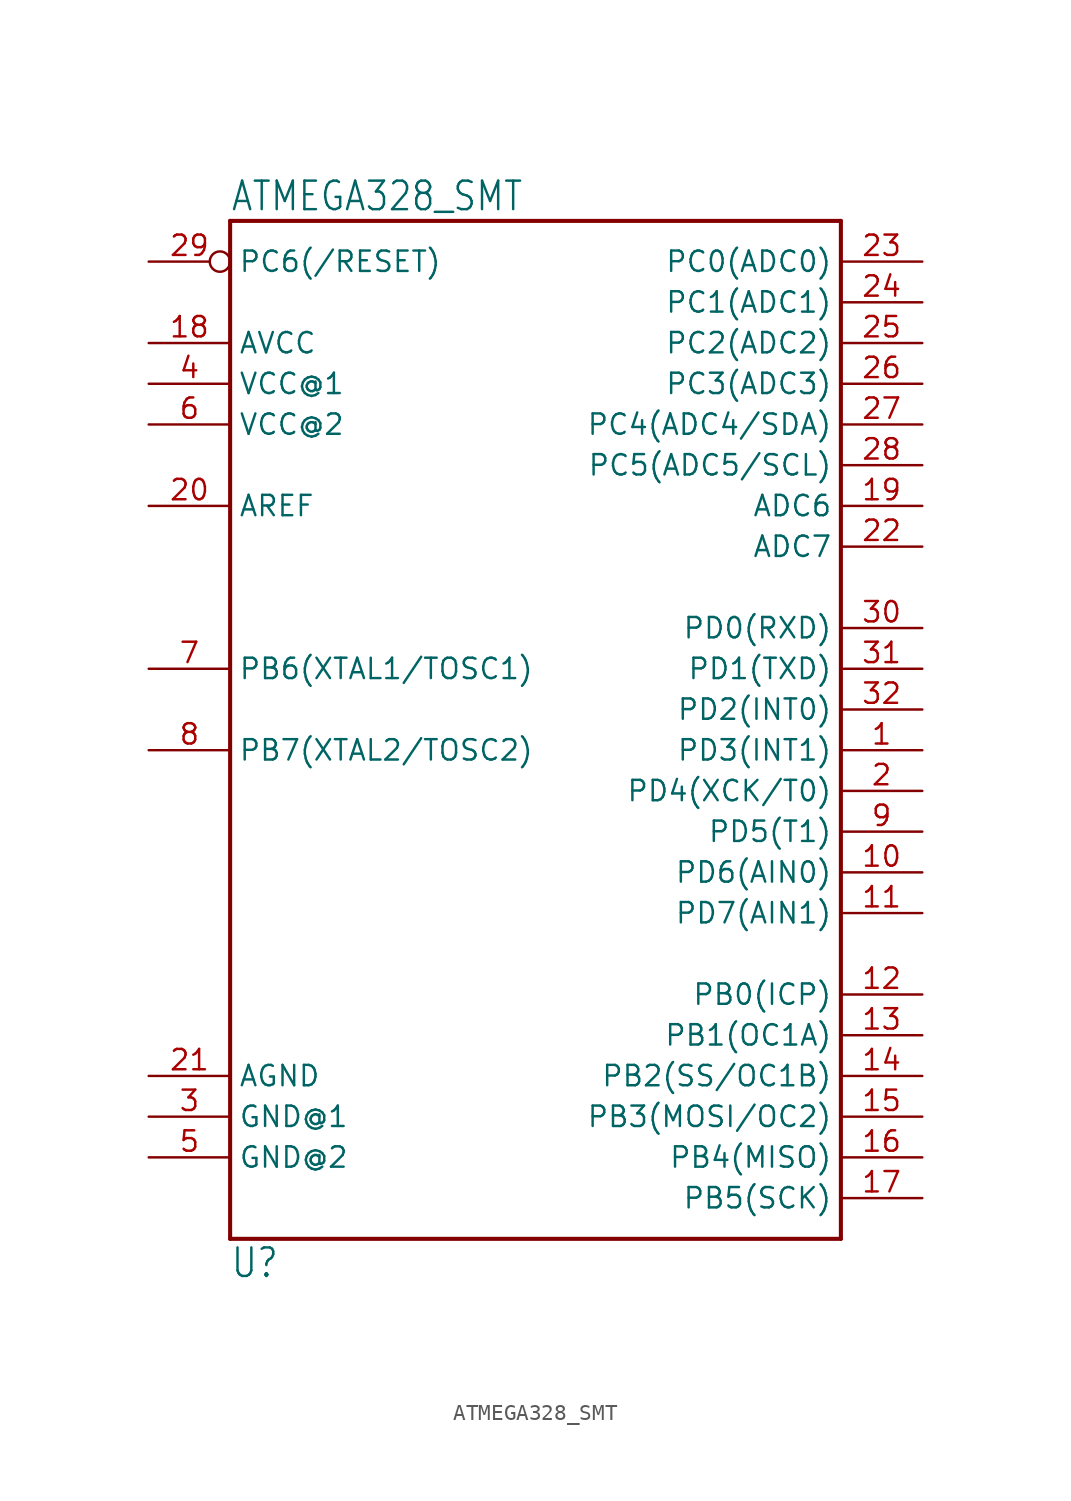
<source format=kicad_sym>
(kicad_symbol_lib
  (version 20211014)
  (generator kicad_symbol_editor)
  (symbol "ATMEGA328_SMT"
    (property "Reference" "U"
      (at -17.78 -38.1 0)
      (effects (font (size 1.778 1.511)) (justify left bottom)))
    (property "Value" "ATMEGA328_SMT"
      (at -17.78 28.448 0)
      (effects (font (size 1.778 1.511)) (justify left bottom)))
    (property "ki_locked" ""
      (at 0 0 0)
      (effects (font (size 1.27 1.27))))
    (symbol "ATMEGA328_SMT_1_0"
      (polyline (pts (xy -17.78 -35.56) (xy -17.78 27.94)) (stroke (width 0.254) (type default) (color 0 0 0 0)) (fill (type none)))
      (polyline (pts (xy -17.78 27.94) (xy 20.32 27.94)) (stroke (width 0.254) (type default) (color 0 0 0 0)) (fill (type none)))
      (polyline (pts (xy 20.32 -35.56) (xy -17.78 -35.56)) (stroke (width 0.254) (type default) (color 0 0 0 0)) (fill (type none)))
      (polyline (pts (xy 20.32 27.94) (xy 20.32 -35.56)) (stroke (width 0.254) (type default) (color 0 0 0 0)) (fill (type none)))
      (pin bidirectional line (at 25.4 -5.08 180) (length 5.08) (name "PD3(INT1)" (effects (font (size 1.27 1.27)))) (number "1" (effects (font (size 1.27 1.27)))))
      (pin bidirectional line (at 25.4 -12.7 180) (length 5.08) (name "PD6(AIN0)" (effects (font (size 1.27 1.27)))) (number "10" (effects (font (size 1.27 1.27)))))
      (pin bidirectional line (at 25.4 -15.24 180) (length 5.08) (name "PD7(AIN1)" (effects (font (size 1.27 1.27)))) (number "11" (effects (font (size 1.27 1.27)))))
      (pin bidirectional line (at 25.4 -20.32 180) (length 5.08) (name "PB0(ICP)" (effects (font (size 1.27 1.27)))) (number "12" (effects (font (size 1.27 1.27)))))
      (pin bidirectional line (at 25.4 -22.86 180) (length 5.08) (name "PB1(OC1A)" (effects (font (size 1.27 1.27)))) (number "13" (effects (font (size 1.27 1.27)))))
      (pin bidirectional line (at 25.4 -25.4 180) (length 5.08) (name "PB2(SS/OC1B)" (effects (font (size 1.27 1.27)))) (number "14" (effects (font (size 1.27 1.27)))))
      (pin bidirectional line (at 25.4 -27.94 180) (length 5.08) (name "PB3(MOSI/OC2)" (effects (font (size 1.27 1.27)))) (number "15" (effects (font (size 1.27 1.27)))))
      (pin bidirectional line (at 25.4 -30.48 180) (length 5.08) (name "PB4(MISO)" (effects (font (size 1.27 1.27)))) (number "16" (effects (font (size 1.27 1.27)))))
      (pin bidirectional line (at 25.4 -33.02 180) (length 5.08) (name "PB5(SCK)" (effects (font (size 1.27 1.27)))) (number "17" (effects (font (size 1.27 1.27)))))
      (pin bidirectional line (at -22.86 20.32 0) (length 5.08) (name "AVCC" (effects (font (size 1.27 1.27)))) (number "18" (effects (font (size 1.27 1.27)))))
      (pin bidirectional line (at 25.4 10.16 180) (length 5.08) (name "ADC6" (effects (font (size 1.27 1.27)))) (number "19" (effects (font (size 1.27 1.27)))))
      (pin bidirectional line (at 25.4 -7.62 180) (length 5.08) (name "PD4(XCK/T0)" (effects (font (size 1.27 1.27)))) (number "2" (effects (font (size 1.27 1.27)))))
      (pin bidirectional line (at -22.86 10.16 0) (length 5.08) (name "AREF" (effects (font (size 1.27 1.27)))) (number "20" (effects (font (size 1.27 1.27)))))
      (pin bidirectional line (at -22.86 -25.4 0) (length 5.08) (name "AGND" (effects (font (size 1.27 1.27)))) (number "21" (effects (font (size 1.27 1.27)))))
      (pin bidirectional line (at 25.4 7.62 180) (length 5.08) (name "ADC7" (effects (font (size 1.27 1.27)))) (number "22" (effects (font (size 1.27 1.27)))))
      (pin bidirectional line (at 25.4 25.4 180) (length 5.08) (name "PC0(ADC0)" (effects (font (size 1.27 1.27)))) (number "23" (effects (font (size 1.27 1.27)))))
      (pin bidirectional line (at 25.4 22.86 180) (length 5.08) (name "PC1(ADC1)" (effects (font (size 1.27 1.27)))) (number "24" (effects (font (size 1.27 1.27)))))
      (pin bidirectional line (at 25.4 20.32 180) (length 5.08) (name "PC2(ADC2)" (effects (font (size 1.27 1.27)))) (number "25" (effects (font (size 1.27 1.27)))))
      (pin bidirectional line (at 25.4 17.78 180) (length 5.08) (name "PC3(ADC3)" (effects (font (size 1.27 1.27)))) (number "26" (effects (font (size 1.27 1.27)))))
      (pin bidirectional line (at 25.4 15.24 180) (length 5.08) (name "PC4(ADC4/SDA)" (effects (font (size 1.27 1.27)))) (number "27" (effects (font (size 1.27 1.27)))))
      (pin bidirectional line (at 25.4 12.7 180) (length 5.08) (name "PC5(ADC5/SCL)" (effects (font (size 1.27 1.27)))) (number "28" (effects (font (size 1.27 1.27)))))
      (pin bidirectional inverted (at -22.86 25.4 0) (length 5.08) (name "PC6(/RESET)" (effects (font (size 1.27 1.27)))) (number "29" (effects (font (size 1.27 1.27)))))
      (pin bidirectional line (at -22.86 -27.94 0) (length 5.08) (name "GND@1" (effects (font (size 1.27 1.27)))) (number "3" (effects (font (size 1.27 1.27)))))
      (pin bidirectional line (at 25.4 2.54 180) (length 5.08) (name "PD0(RXD)" (effects (font (size 1.27 1.27)))) (number "30" (effects (font (size 1.27 1.27)))))
      (pin bidirectional line (at 25.4 0 180) (length 5.08) (name "PD1(TXD)" (effects (font (size 1.27 1.27)))) (number "31" (effects (font (size 1.27 1.27)))))
      (pin bidirectional line (at 25.4 -2.54 180) (length 5.08) (name "PD2(INT0)" (effects (font (size 1.27 1.27)))) (number "32" (effects (font (size 1.27 1.27)))))
      (pin bidirectional line (at -22.86 17.78 0) (length 5.08) (name "VCC@1" (effects (font (size 1.27 1.27)))) (number "4" (effects (font (size 1.27 1.27)))))
      (pin bidirectional line (at -22.86 -30.48 0) (length 5.08) (name "GND@2" (effects (font (size 1.27 1.27)))) (number "5" (effects (font (size 1.27 1.27)))))
      (pin bidirectional line (at -22.86 15.24 0) (length 5.08) (name "VCC@2" (effects (font (size 1.27 1.27)))) (number "6" (effects (font (size 1.27 1.27)))))
      (pin bidirectional line (at -22.86 0 0) (length 5.08) (name "PB6(XTAL1/TOSC1)" (effects (font (size 1.27 1.27)))) (number "7" (effects (font (size 1.27 1.27)))))
      (pin bidirectional line (at -22.86 -5.08 0) (length 5.08) (name "PB7(XTAL2/TOSC2)" (effects (font (size 1.27 1.27)))) (number "8" (effects (font (size 1.27 1.27)))))
      (pin bidirectional line (at 25.4 -10.16 180) (length 5.08) (name "PD5(T1)" (effects (font (size 1.27 1.27)))) (number "9" (effects (font (size 1.27 1.27))))))))
</source>
